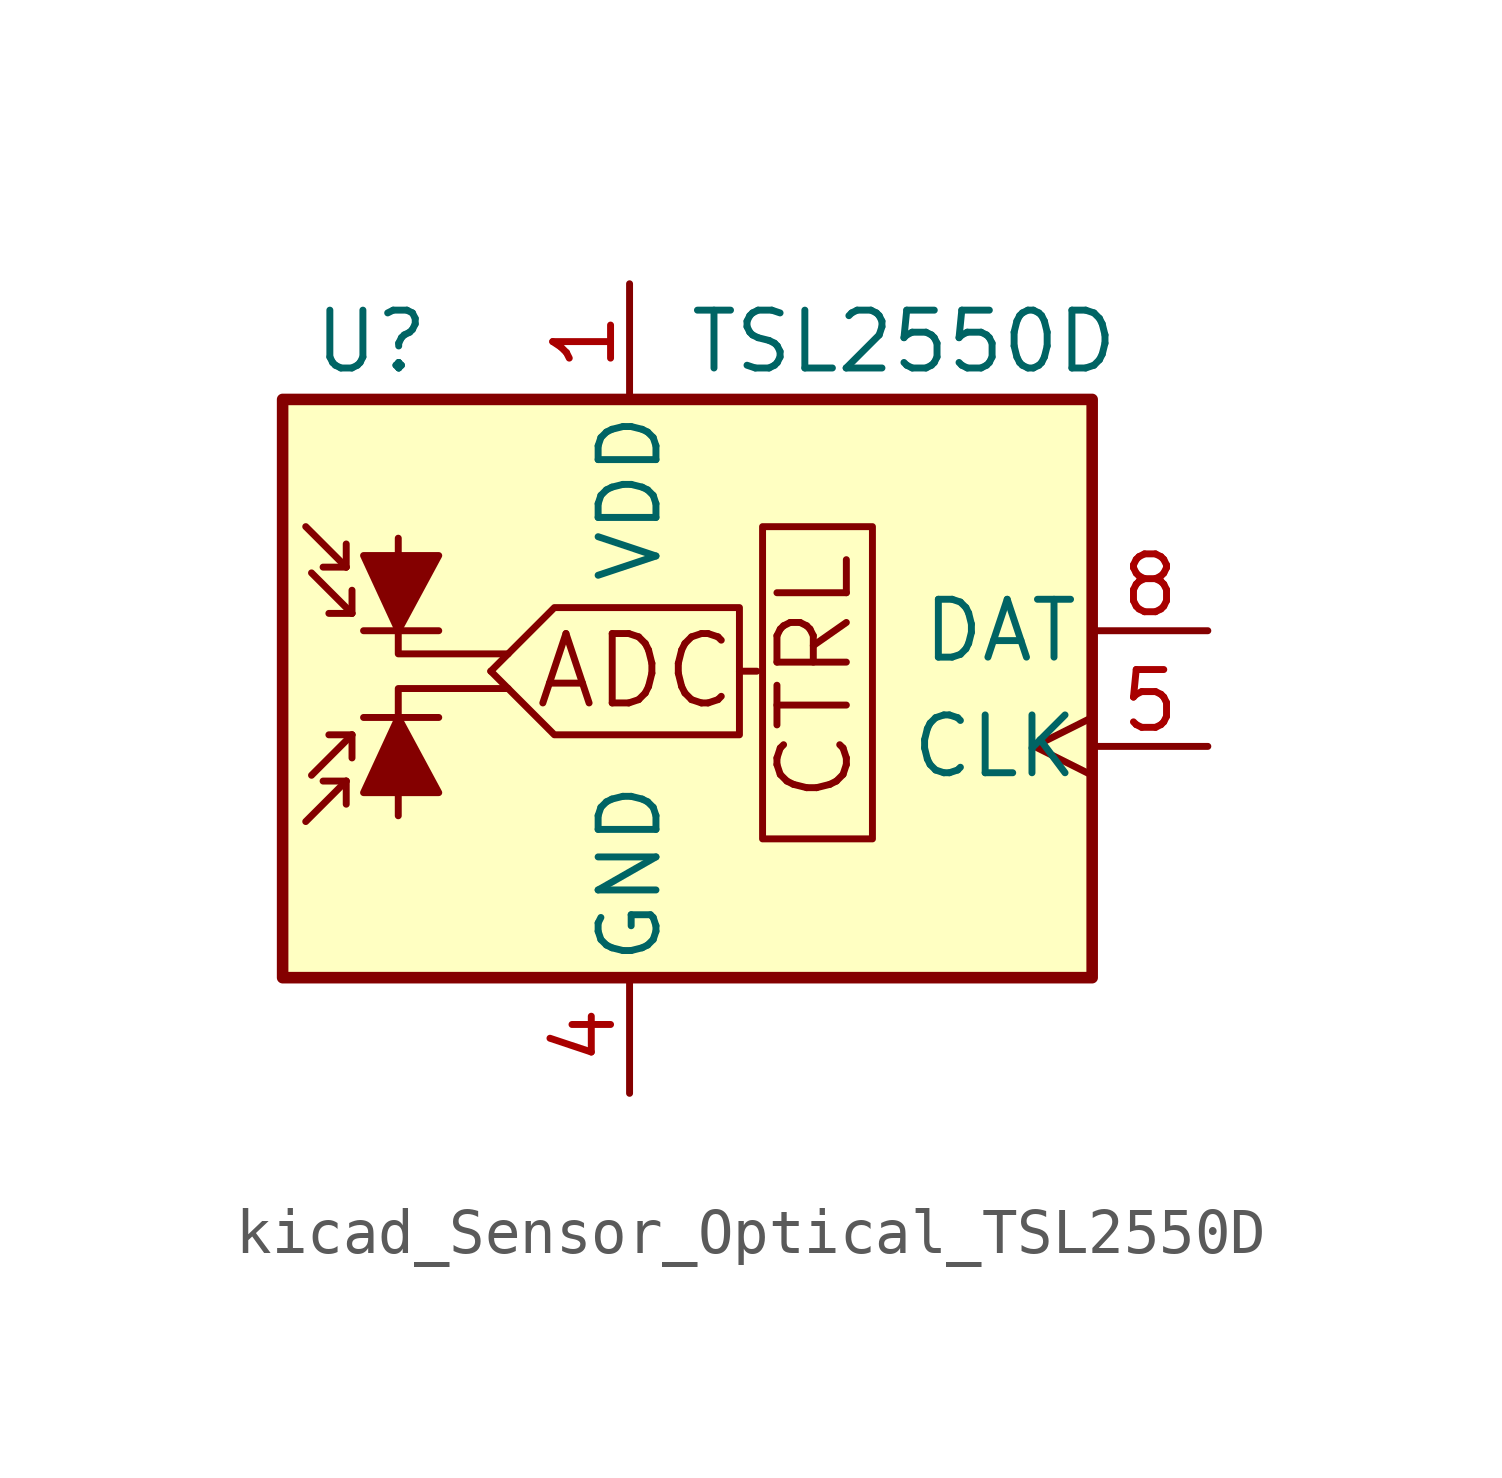
<source format=kicad_sym>
(kicad_symbol_lib
  (version 20220914)
  (generator kicad_symbol_editor)
  (symbol "kicad_Sensor_Optical_TSL2550D"
    (pin_names
      (offset 0.254))
    (property "Reference" "U"
      (at -6.985 6.35 0)
      (effects (font (size 1.27 1.27)) (justify left)))
    (property "Value" "TSL2550D"
      (at 1.27 6.35 0)
      (effects (font (size 1.27 1.27)) (justify left)))
    (symbol "kicad_Sensor_Optical_TSL2550D_0_0"
      (polyline (pts (xy 2.413 -0.889) (xy 2.794 -0.889)) (stroke (width 0) (type default)) (fill (type none)))
      (polyline (pts (xy -5.08 -4.064) (xy -5.08 -1.27) (xy -2.667 -1.27)) (stroke (width 0) (type default)) (fill (type none)))
      (polyline (pts (xy -5.08 2.032) (xy -5.08 -0.508) (xy -2.667 -0.508)) (stroke (width 0) (type default)) (fill (type none)))
      (polyline (pts (xy -3.048 -0.889) (xy -1.651 -2.286) (xy 2.413 -2.286) (xy 2.413 -0.889)) (stroke (width 0) (type default)) (fill (type none)))
      (polyline (pts (xy -3.048 -0.889) (xy -1.651 0.508) (xy 2.413 0.508) (xy 2.413 -0.889)) (stroke (width 0) (type default)) (fill (type none)))
      (rectangle (start 2.921 2.286) (end 5.334 -4.572) (stroke (width 0) (type default)) (fill (type none)))
      (text "ADC" (at 0.127 -0.889 0) (effects (font (size 1.524 1.524))))
      (text "CTRL" (at 4.064 -1.016 900) (effects (font (size 1.524 1.524)))))
    (symbol "kicad_Sensor_Optical_TSL2550D_0_1"
      (polyline (pts (xy -6.223 -3.302) (xy -7.112 -4.191)) (stroke (width 0) (type default)) (fill (type none)))
      (polyline (pts (xy -6.223 -3.302) (xy -6.731 -3.302)) (stroke (width 0) (type default)) (fill (type none)))
      (polyline (pts (xy -6.223 -3.302) (xy -6.223 -3.81)) (stroke (width 0) (type default)) (fill (type none)))
      (polyline (pts (xy -6.223 1.397) (xy -7.112 2.286)) (stroke (width 0) (type default)) (fill (type none)))
      (polyline (pts (xy -6.223 1.397) (xy -6.731 1.397)) (stroke (width 0) (type default)) (fill (type none)))
      (polyline (pts (xy -6.223 1.397) (xy -6.223 1.905)) (stroke (width 0) (type default)) (fill (type none)))
      (polyline (pts (xy -6.096 -2.286) (xy -6.985 -3.175)) (stroke (width 0) (type default)) (fill (type none)))
      (polyline (pts (xy -6.096 -2.286) (xy -6.604 -2.286)) (stroke (width 0) (type default)) (fill (type none)))
      (polyline (pts (xy -6.096 -2.286) (xy -6.096 -2.794)) (stroke (width 0) (type default)) (fill (type none)))
      (polyline (pts (xy -6.096 0.381) (xy -6.985 1.27)) (stroke (width 0) (type default)) (fill (type none)))
      (polyline (pts (xy -6.096 0.381) (xy -6.604 0.381)) (stroke (width 0) (type default)) (fill (type none)))
      (polyline (pts (xy -6.096 0.381) (xy -6.096 0.889)) (stroke (width 0) (type default)) (fill (type none)))
      (polyline (pts (xy -5.842 -1.905) (xy -4.191 -1.905)) (stroke (width 0) (type default)) (fill (type none)))
      (polyline (pts (xy -5.842 0) (xy -4.191 0)) (stroke (width 0) (type default)) (fill (type none)))
      (polyline (pts (xy -5.842 -3.556) (xy -4.191 -3.556) (xy -5.08 -1.905) (xy -5.842 -3.556)) (stroke (width 0) (type default)) (fill (type outline)))
      (polyline (pts (xy -5.842 1.651) (xy -4.191 1.651) (xy -5.08 0) (xy -5.842 1.651)) (stroke (width 0) (type default)) (fill (type outline)))
      (rectangle (start 10.16 5.08) (end -7.62 -7.62) (stroke (width 0.254) (type default)) (fill (type background))))
    (symbol "kicad_Sensor_Optical_TSL2550D_1_1"
      (pin power_in line (at 0 7.62 270) (length 2.54) (name "VDD" (effects (font (size 1.27 1.27)))) (number "1" (effects (font (size 1.27 1.27)))))
      (pin no_connect line (at -7.62 2.54 0) (length 2.54) hide (name "NC" (effects (font (size 1.27 1.27)))) (number "2" (effects (font (size 1.27 1.27)))))
      (pin no_connect line (at -7.62 0 0) (length 2.54) hide (name "NC" (effects (font (size 1.27 1.27)))) (number "3" (effects (font (size 1.27 1.27)))))
      (pin power_in line (at 0 -10.16 90) (length 2.54) (name "GND" (effects (font (size 1.27 1.27)))) (number "4" (effects (font (size 1.27 1.27)))))
      (pin input clock (at 12.7 -2.54 180) (length 2.54) (name "CLK" (effects (font (size 1.27 1.27)))) (number "5" (effects (font (size 1.27 1.27)))))
      (pin no_connect line (at -7.62 -2.54 0) (length 2.54) hide (name "NC" (effects (font (size 1.27 1.27)))) (number "6" (effects (font (size 1.27 1.27)))))
      (pin no_connect line (at -7.62 -5.08 0) (length 2.54) hide (name "NC" (effects (font (size 1.27 1.27)))) (number "7" (effects (font (size 1.27 1.27)))))
      (pin bidirectional line (at 12.7 0 180) (length 2.54) (name "DAT" (effects (font (size 1.27 1.27)))) (number "8" (effects (font (size 1.27 1.27))))))))
</source>
